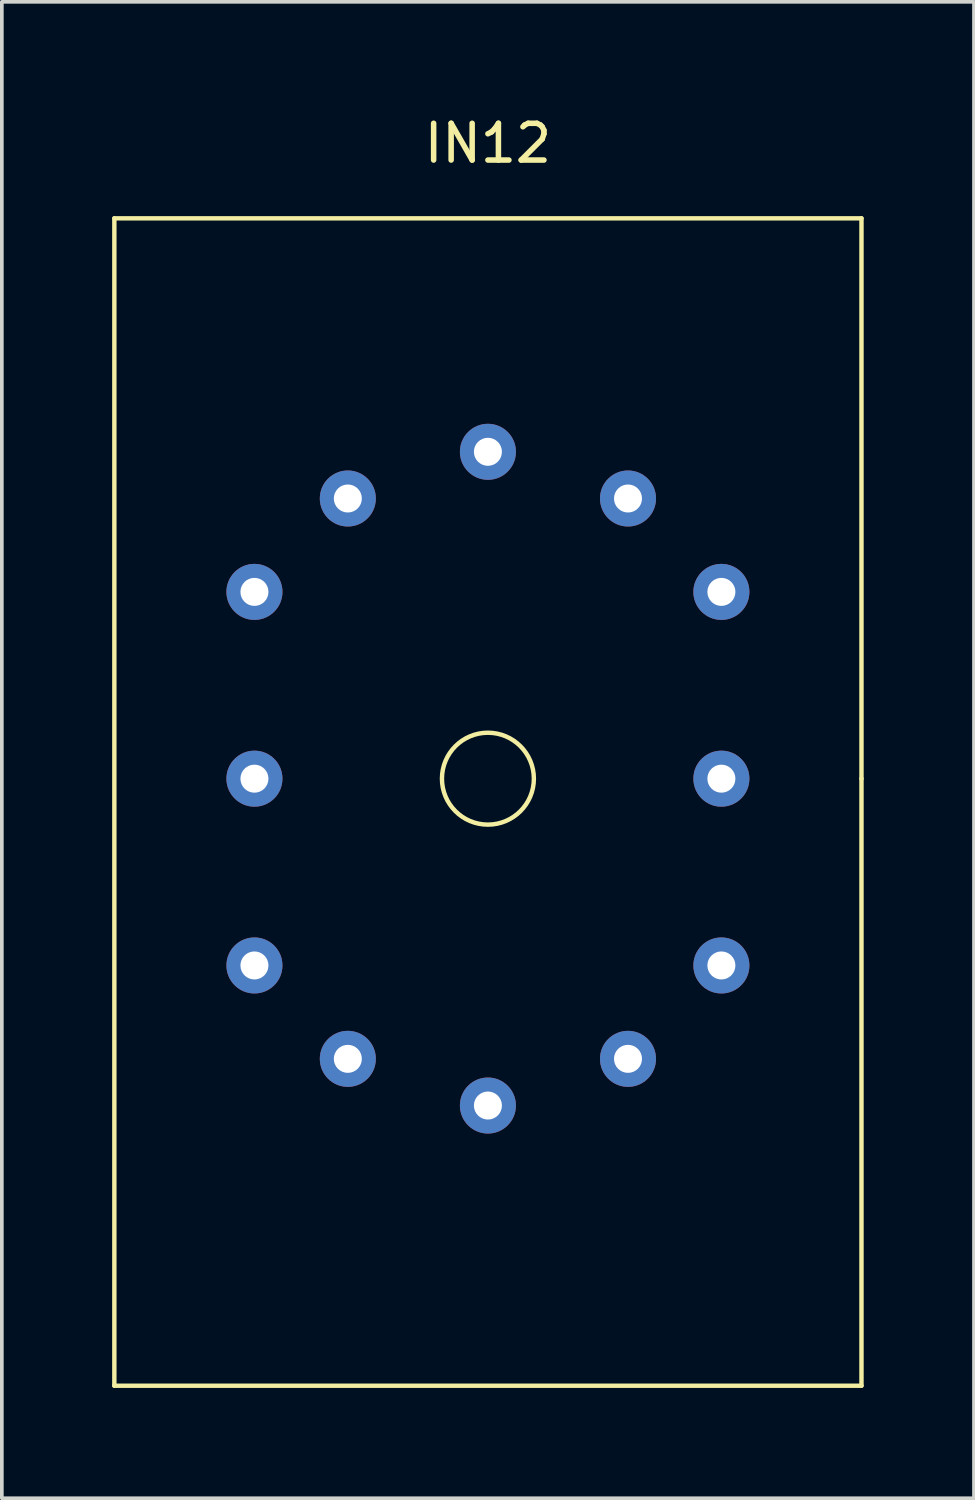
<source format=kicad_pcb>
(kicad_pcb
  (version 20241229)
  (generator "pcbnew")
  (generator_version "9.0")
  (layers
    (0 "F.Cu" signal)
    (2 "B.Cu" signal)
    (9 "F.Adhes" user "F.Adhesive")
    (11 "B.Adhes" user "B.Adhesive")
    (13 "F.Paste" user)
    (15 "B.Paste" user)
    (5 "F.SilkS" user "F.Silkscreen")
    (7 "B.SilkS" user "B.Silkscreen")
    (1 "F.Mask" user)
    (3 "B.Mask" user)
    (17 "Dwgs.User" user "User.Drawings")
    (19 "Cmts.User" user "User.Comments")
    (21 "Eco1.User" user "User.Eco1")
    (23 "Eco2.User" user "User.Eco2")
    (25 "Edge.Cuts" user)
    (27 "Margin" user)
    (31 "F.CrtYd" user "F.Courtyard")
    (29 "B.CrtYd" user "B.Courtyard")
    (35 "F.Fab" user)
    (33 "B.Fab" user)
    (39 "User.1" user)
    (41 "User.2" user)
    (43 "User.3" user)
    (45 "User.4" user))
  (footprint "IN12"
    (layer "F.Cu")
    (at 10.22 18.128)
    (property "Reference" "IN12" (at 0 -17.28 0) (layer "F.SilkS") (effects (font (size 1 1) (thickness 0.15))))
    (attr through_hole)
    (fp_line (start -10.16 -15.24) (end -10.16 16.51) (stroke (width 0.12) (type solid)) (layer "F.SilkS"))
    (fp_line (start -10.16 16.51) (end 10.16 16.51) (stroke (width 0.12) (type solid)) (layer "F.SilkS"))
    (fp_line (start 10.16 -15.24) (end -10.16 -15.24) (stroke (width 0.12) (type solid)) (layer "F.SilkS"))
    (fp_line (start 10.16 0) (end 10.16 -15.24) (stroke (width 0.12) (type solid)) (layer "F.SilkS"))
    (fp_line (start 10.16 16.51) (end 10.16 0) (stroke (width 0.12) (type solid)) (layer "F.SilkS"))
    (fp_circle (center 0 0) (end 1.25 0) (stroke (width 0.12) (type solid)) (fill no) (layer "F.SilkS"))
    (pad "1" thru_hole circle (at -3.81 7.62) (size 1.524 1.524) (drill 0.762) (layers "*.Cu" "*.Mask"))
    (pad "2" thru_hole circle (at -6.35 5.08) (size 1.524 1.524) (drill 0.762) (layers "*.Cu" "*.Mask"))
    (pad "3" thru_hole circle (at -6.35 0) (size 1.524 1.524) (drill 0.762) (layers "*.Cu" "*.Mask"))
    (pad "4" thru_hole circle (at -6.35 -5.08) (size 1.524 1.524) (drill 0.762) (layers "*.Cu" "*.Mask"))
    (pad "5" thru_hole circle (at -3.81 -7.62) (size 1.524 1.524) (drill 0.762) (layers "*.Cu" "*.Mask"))
    (pad "6" thru_hole circle (at 0 -8.89) (size 1.524 1.524) (drill 0.762) (layers "*.Cu" "*.Mask"))
    (pad "7" thru_hole circle (at 3.81 -7.62) (size 1.524 1.524) (drill 0.762) (layers "*.Cu" "*.Mask"))
    (pad "8" thru_hole circle (at 6.35 -5.08) (size 1.524 1.524) (drill 0.762) (layers "*.Cu" "*.Mask"))
    (pad "9" thru_hole circle (at 6.35 0) (size 1.524 1.524) (drill 0.762) (layers "*.Cu" "*.Mask"))
    (pad "10" thru_hole circle (at 6.35 5.08) (size 1.524 1.524) (drill 0.762) (layers "*.Cu" "*.Mask"))
    (pad "11" thru_hole circle (at 3.81 7.62) (size 1.524 1.524) (drill 0.762) (layers "*.Cu" "*.Mask"))
    (pad "12" thru_hole circle (at 0 8.89) (size 1.524 1.524) (drill 0.762) (layers "*.Cu" "*.Mask")))
  (gr_rect
    (start -3 -3)
    (end 23.44 37.698)
    (stroke (width 0.1) (type default))
    (fill no)
    (layer "Edge.Cuts")))
</source>
